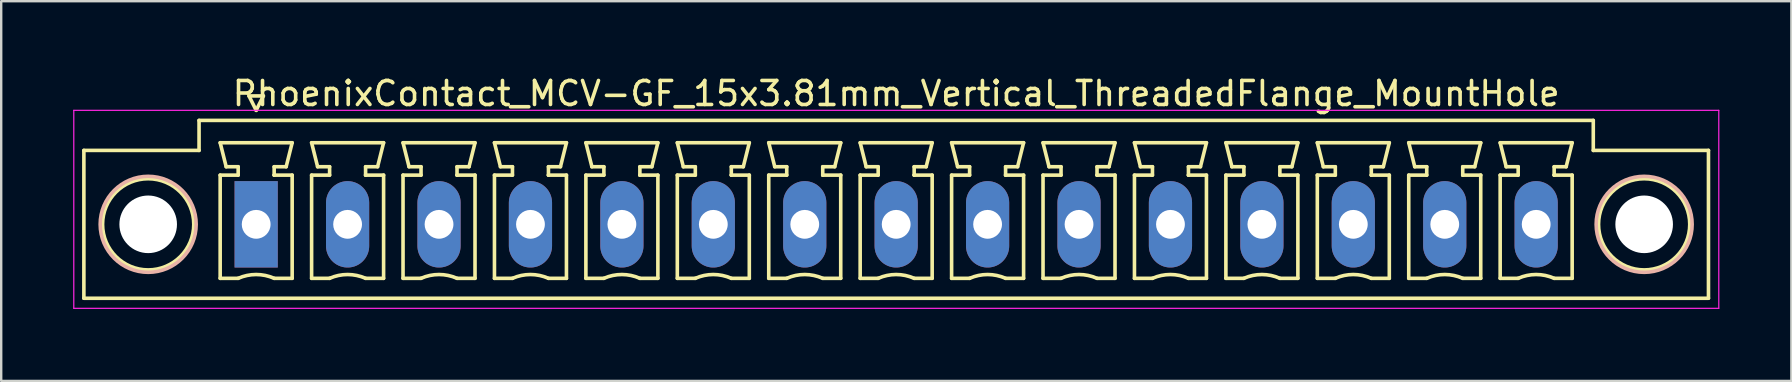
<source format=kicad_pcb>
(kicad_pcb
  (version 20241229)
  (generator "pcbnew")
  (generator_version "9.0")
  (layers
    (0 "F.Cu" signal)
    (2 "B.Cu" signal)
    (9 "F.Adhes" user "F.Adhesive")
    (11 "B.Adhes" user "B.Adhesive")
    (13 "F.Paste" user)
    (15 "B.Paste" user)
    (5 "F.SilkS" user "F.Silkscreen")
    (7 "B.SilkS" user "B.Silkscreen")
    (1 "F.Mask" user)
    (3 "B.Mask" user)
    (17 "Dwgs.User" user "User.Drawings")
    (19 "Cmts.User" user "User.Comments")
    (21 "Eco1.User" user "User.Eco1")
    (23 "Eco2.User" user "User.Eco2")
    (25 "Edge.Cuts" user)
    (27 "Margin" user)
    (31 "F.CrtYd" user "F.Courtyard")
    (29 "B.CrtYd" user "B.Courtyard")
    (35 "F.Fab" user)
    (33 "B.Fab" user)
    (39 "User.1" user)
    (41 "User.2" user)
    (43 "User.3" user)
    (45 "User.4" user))
  (footprint "PhoenixContact_MCV-GF_15x3.81mm_Vertical_ThreadedFlange_MountHole"
    (layer "F.Cu")
    (at 7.625 6.298)
    (property "Reference" "PhoenixContact_MCV-GF_15x3.81mm_Vertical_ThreadedFlange_MountHole" (at 26.67 -5.45 0) (layer "F.SilkS") (effects (font (size 1 1) (thickness 0.15))))
    (attr through_hole)
    (fp_line (start -7.18 -3.08) (end -7.18 3.08) (stroke (width 0.15) (type solid)) (layer "F.SilkS"))
    (fp_line (start -7.18 3.08) (end 60.52 3.08) (stroke (width 0.15) (type solid)) (layer "F.SilkS"))
    (fp_line (start -2.38 -4.33) (end -2.38 -3.08) (stroke (width 0.15) (type solid)) (layer "F.SilkS"))
    (fp_line (start -2.38 -3.08) (end -7.18 -3.08) (stroke (width 0.15) (type solid)) (layer "F.SilkS"))
    (fp_line (start -1.5 -3.4) (end 1.5 -3.4) (stroke (width 0.15) (type solid)) (layer "F.SilkS"))
    (fp_line (start -1.5 -2.05) (end -0.75 -2.05) (stroke (width 0.15) (type solid)) (layer "F.SilkS"))
    (fp_line (start -1.5 2.25) (end -1.5 -2.05) (stroke (width 0.15) (type solid)) (layer "F.SilkS"))
    (fp_line (start -1.25 -2.4) (end -1.5 -3.4) (stroke (width 0.15) (type solid)) (layer "F.SilkS"))
    (fp_line (start -0.75 -2.4) (end -1.25 -2.4) (stroke (width 0.15) (type solid)) (layer "F.SilkS"))
    (fp_line (start -0.75 -2.05) (end -0.75 -2.4) (stroke (width 0.15) (type solid)) (layer "F.SilkS"))
    (fp_line (start -0.75 2.25) (end -1.5 2.25) (stroke (width 0.15) (type solid)) (layer "F.SilkS"))
    (fp_line (start -0.3 -5.35) (end 0 -4.75) (stroke (width 0.15) (type solid)) (layer "F.SilkS"))
    (fp_line (start 0 -4.75) (end 0.3 -5.35) (stroke (width 0.15) (type solid)) (layer "F.SilkS"))
    (fp_line (start 0.3 -5.35) (end -0.3 -5.35) (stroke (width 0.15) (type solid)) (layer "F.SilkS"))
    (fp_line (start 0.75 -2.4) (end 0.75 -2.05) (stroke (width 0.15) (type solid)) (layer "F.SilkS"))
    (fp_line (start 0.75 -2.05) (end 0.75 -2.05) (stroke (width 0.15) (type solid)) (layer "F.SilkS"))
    (fp_line (start 0.75 -2.05) (end 1.5 -2.05) (stroke (width 0.15) (type solid)) (layer "F.SilkS"))
    (fp_line (start 1.25 -2.4) (end 0.75 -2.4) (stroke (width 0.15) (type solid)) (layer "F.SilkS"))
    (fp_line (start 1.5 -3.4) (end 1.25 -2.4) (stroke (width 0.15) (type solid)) (layer "F.SilkS"))
    (fp_line (start 1.5 -2.05) (end 1.5 2.25) (stroke (width 0.15) (type solid)) (layer "F.SilkS"))
    (fp_line (start 1.5 2.25) (end 0.75 2.25) (stroke (width 0.15) (type solid)) (layer "F.SilkS"))
    (fp_line (start 2.31 -3.4) (end 5.31 -3.4) (stroke (width 0.15) (type solid)) (layer "F.SilkS"))
    (fp_line (start 2.31 -2.05) (end 3.06 -2.05) (stroke (width 0.15) (type solid)) (layer "F.SilkS"))
    (fp_line (start 2.31 2.25) (end 2.31 -2.05) (stroke (width 0.15) (type solid)) (layer "F.SilkS"))
    (fp_line (start 2.56 -2.4) (end 2.31 -3.4) (stroke (width 0.15) (type solid)) (layer "F.SilkS"))
    (fp_line (start 3.06 -2.4) (end 2.56 -2.4) (stroke (width 0.15) (type solid)) (layer "F.SilkS"))
    (fp_line (start 3.06 -2.05) (end 3.06 -2.4) (stroke (width 0.15) (type solid)) (layer "F.SilkS"))
    (fp_line (start 3.06 2.25) (end 2.31 2.25) (stroke (width 0.15) (type solid)) (layer "F.SilkS"))
    (fp_line (start 4.56 -2.4) (end 4.56 -2.05) (stroke (width 0.15) (type solid)) (layer "F.SilkS"))
    (fp_line (start 4.56 -2.05) (end 4.56 -2.05) (stroke (width 0.15) (type solid)) (layer "F.SilkS"))
    (fp_line (start 4.56 -2.05) (end 5.31 -2.05) (stroke (width 0.15) (type solid)) (layer "F.SilkS"))
    (fp_line (start 5.06 -2.4) (end 4.56 -2.4) (stroke (width 0.15) (type solid)) (layer "F.SilkS"))
    (fp_line (start 5.31 -3.4) (end 5.06 -2.4) (stroke (width 0.15) (type solid)) (layer "F.SilkS"))
    (fp_line (start 5.31 -2.05) (end 5.31 2.25) (stroke (width 0.15) (type solid)) (layer "F.SilkS"))
    (fp_line (start 5.31 2.25) (end 4.56 2.25) (stroke (width 0.15) (type solid)) (layer "F.SilkS"))
    (fp_line (start 6.12 -3.4) (end 9.12 -3.4) (stroke (width 0.15) (type solid)) (layer "F.SilkS"))
    (fp_line (start 6.12 -2.05) (end 6.87 -2.05) (stroke (width 0.15) (type solid)) (layer "F.SilkS"))
    (fp_line (start 6.12 2.25) (end 6.12 -2.05) (stroke (width 0.15) (type solid)) (layer "F.SilkS"))
    (fp_line (start 6.37 -2.4) (end 6.12 -3.4) (stroke (width 0.15) (type solid)) (layer "F.SilkS"))
    (fp_line (start 6.87 -2.4) (end 6.37 -2.4) (stroke (width 0.15) (type solid)) (layer "F.SilkS"))
    (fp_line (start 6.87 -2.05) (end 6.87 -2.4) (stroke (width 0.15) (type solid)) (layer "F.SilkS"))
    (fp_line (start 6.87 2.25) (end 6.12 2.25) (stroke (width 0.15) (type solid)) (layer "F.SilkS"))
    (fp_line (start 8.37 -2.4) (end 8.37 -2.05) (stroke (width 0.15) (type solid)) (layer "F.SilkS"))
    (fp_line (start 8.37 -2.05) (end 8.37 -2.05) (stroke (width 0.15) (type solid)) (layer "F.SilkS"))
    (fp_line (start 8.37 -2.05) (end 9.12 -2.05) (stroke (width 0.15) (type solid)) (layer "F.SilkS"))
    (fp_line (start 8.87 -2.4) (end 8.37 -2.4) (stroke (width 0.15) (type solid)) (layer "F.SilkS"))
    (fp_line (start 9.12 -3.4) (end 8.87 -2.4) (stroke (width 0.15) (type solid)) (layer "F.SilkS"))
    (fp_line (start 9.12 -2.05) (end 9.12 2.25) (stroke (width 0.15) (type solid)) (layer "F.SilkS"))
    (fp_line (start 9.12 2.25) (end 8.37 2.25) (stroke (width 0.15) (type solid)) (layer "F.SilkS"))
    (fp_line (start 9.93 -3.4) (end 12.93 -3.4) (stroke (width 0.15) (type solid)) (layer "F.SilkS"))
    (fp_line (start 9.93 -2.05) (end 10.68 -2.05) (stroke (width 0.15) (type solid)) (layer "F.SilkS"))
    (fp_line (start 9.93 2.25) (end 9.93 -2.05) (stroke (width 0.15) (type solid)) (layer "F.SilkS"))
    (fp_line (start 10.18 -2.4) (end 9.93 -3.4) (stroke (width 0.15) (type solid)) (layer "F.SilkS"))
    (fp_line (start 10.68 -2.4) (end 10.18 -2.4) (stroke (width 0.15) (type solid)) (layer "F.SilkS"))
    (fp_line (start 10.68 -2.05) (end 10.68 -2.4) (stroke (width 0.15) (type solid)) (layer "F.SilkS"))
    (fp_line (start 10.68 2.25) (end 9.93 2.25) (stroke (width 0.15) (type solid)) (layer "F.SilkS"))
    (fp_line (start 12.18 -2.4) (end 12.18 -2.05) (stroke (width 0.15) (type solid)) (layer "F.SilkS"))
    (fp_line (start 12.18 -2.05) (end 12.18 -2.05) (stroke (width 0.15) (type solid)) (layer "F.SilkS"))
    (fp_line (start 12.18 -2.05) (end 12.93 -2.05) (stroke (width 0.15) (type solid)) (layer "F.SilkS"))
    (fp_line (start 12.68 -2.4) (end 12.18 -2.4) (stroke (width 0.15) (type solid)) (layer "F.SilkS"))
    (fp_line (start 12.93 -3.4) (end 12.68 -2.4) (stroke (width 0.15) (type solid)) (layer "F.SilkS"))
    (fp_line (start 12.93 -2.05) (end 12.93 2.25) (stroke (width 0.15) (type solid)) (layer "F.SilkS"))
    (fp_line (start 12.93 2.25) (end 12.18 2.25) (stroke (width 0.15) (type solid)) (layer "F.SilkS"))
    (fp_line (start 13.74 -3.4) (end 16.74 -3.4) (stroke (width 0.15) (type solid)) (layer "F.SilkS"))
    (fp_line (start 13.74 -2.05) (end 14.49 -2.05) (stroke (width 0.15) (type solid)) (layer "F.SilkS"))
    (fp_line (start 13.74 2.25) (end 13.74 -2.05) (stroke (width 0.15) (type solid)) (layer "F.SilkS"))
    (fp_line (start 13.99 -2.4) (end 13.74 -3.4) (stroke (width 0.15) (type solid)) (layer "F.SilkS"))
    (fp_line (start 14.49 -2.4) (end 13.99 -2.4) (stroke (width 0.15) (type solid)) (layer "F.SilkS"))
    (fp_line (start 14.49 -2.05) (end 14.49 -2.4) (stroke (width 0.15) (type solid)) (layer "F.SilkS"))
    (fp_line (start 14.49 2.25) (end 13.74 2.25) (stroke (width 0.15) (type solid)) (layer "F.SilkS"))
    (fp_line (start 15.99 -2.4) (end 15.99 -2.05) (stroke (width 0.15) (type solid)) (layer "F.SilkS"))
    (fp_line (start 15.99 -2.05) (end 15.99 -2.05) (stroke (width 0.15) (type solid)) (layer "F.SilkS"))
    (fp_line (start 15.99 -2.05) (end 16.74 -2.05) (stroke (width 0.15) (type solid)) (layer "F.SilkS"))
    (fp_line (start 16.49 -2.4) (end 15.99 -2.4) (stroke (width 0.15) (type solid)) (layer "F.SilkS"))
    (fp_line (start 16.74 -3.4) (end 16.49 -2.4) (stroke (width 0.15) (type solid)) (layer "F.SilkS"))
    (fp_line (start 16.74 -2.05) (end 16.74 2.25) (stroke (width 0.15) (type solid)) (layer "F.SilkS"))
    (fp_line (start 16.74 2.25) (end 15.99 2.25) (stroke (width 0.15) (type solid)) (layer "F.SilkS"))
    (fp_line (start 17.55 -3.4) (end 20.55 -3.4) (stroke (width 0.15) (type solid)) (layer "F.SilkS"))
    (fp_line (start 17.55 -2.05) (end 18.3 -2.05) (stroke (width 0.15) (type solid)) (layer "F.SilkS"))
    (fp_line (start 17.55 2.25) (end 17.55 -2.05) (stroke (width 0.15) (type solid)) (layer "F.SilkS"))
    (fp_line (start 17.8 -2.4) (end 17.55 -3.4) (stroke (width 0.15) (type solid)) (layer "F.SilkS"))
    (fp_line (start 18.3 -2.4) (end 17.8 -2.4) (stroke (width 0.15) (type solid)) (layer "F.SilkS"))
    (fp_line (start 18.3 -2.05) (end 18.3 -2.4) (stroke (width 0.15) (type solid)) (layer "F.SilkS"))
    (fp_line (start 18.3 2.25) (end 17.55 2.25) (stroke (width 0.15) (type solid)) (layer "F.SilkS"))
    (fp_line (start 19.8 -2.4) (end 19.8 -2.05) (stroke (width 0.15) (type solid)) (layer "F.SilkS"))
    (fp_line (start 19.8 -2.05) (end 19.8 -2.05) (stroke (width 0.15) (type solid)) (layer "F.SilkS"))
    (fp_line (start 19.8 -2.05) (end 20.55 -2.05) (stroke (width 0.15) (type solid)) (layer "F.SilkS"))
    (fp_line (start 20.3 -2.4) (end 19.8 -2.4) (stroke (width 0.15) (type solid)) (layer "F.SilkS"))
    (fp_line (start 20.55 -3.4) (end 20.3 -2.4) (stroke (width 0.15) (type solid)) (layer "F.SilkS"))
    (fp_line (start 20.55 -2.05) (end 20.55 2.25) (stroke (width 0.15) (type solid)) (layer "F.SilkS"))
    (fp_line (start 20.55 2.25) (end 19.8 2.25) (stroke (width 0.15) (type solid)) (layer "F.SilkS"))
    (fp_line (start 21.36 -3.4) (end 24.36 -3.4) (stroke (width 0.15) (type solid)) (layer "F.SilkS"))
    (fp_line (start 21.36 -2.05) (end 22.11 -2.05) (stroke (width 0.15) (type solid)) (layer "F.SilkS"))
    (fp_line (start 21.36 2.25) (end 21.36 -2.05) (stroke (width 0.15) (type solid)) (layer "F.SilkS"))
    (fp_line (start 21.61 -2.4) (end 21.36 -3.4) (stroke (width 0.15) (type solid)) (layer "F.SilkS"))
    (fp_line (start 22.11 -2.4) (end 21.61 -2.4) (stroke (width 0.15) (type solid)) (layer "F.SilkS"))
    (fp_line (start 22.11 -2.05) (end 22.11 -2.4) (stroke (width 0.15) (type solid)) (layer "F.SilkS"))
    (fp_line (start 22.11 2.25) (end 21.36 2.25) (stroke (width 0.15) (type solid)) (layer "F.SilkS"))
    (fp_line (start 23.61 -2.4) (end 23.61 -2.05) (stroke (width 0.15) (type solid)) (layer "F.SilkS"))
    (fp_line (start 23.61 -2.05) (end 23.61 -2.05) (stroke (width 0.15) (type solid)) (layer "F.SilkS"))
    (fp_line (start 23.61 -2.05) (end 24.36 -2.05) (stroke (width 0.15) (type solid)) (layer "F.SilkS"))
    (fp_line (start 24.11 -2.4) (end 23.61 -2.4) (stroke (width 0.15) (type solid)) (layer "F.SilkS"))
    (fp_line (start 24.36 -3.4) (end 24.11 -2.4) (stroke (width 0.15) (type solid)) (layer "F.SilkS"))
    (fp_line (start 24.36 -2.05) (end 24.36 2.25) (stroke (width 0.15) (type solid)) (layer "F.SilkS"))
    (fp_line (start 24.36 2.25) (end 23.61 2.25) (stroke (width 0.15) (type solid)) (layer "F.SilkS"))
    (fp_line (start 25.17 -3.4) (end 28.17 -3.4) (stroke (width 0.15) (type solid)) (layer "F.SilkS"))
    (fp_line (start 25.17 -2.05) (end 25.92 -2.05) (stroke (width 0.15) (type solid)) (layer "F.SilkS"))
    (fp_line (start 25.17 2.25) (end 25.17 -2.05) (stroke (width 0.15) (type solid)) (layer "F.SilkS"))
    (fp_line (start 25.42 -2.4) (end 25.17 -3.4) (stroke (width 0.15) (type solid)) (layer "F.SilkS"))
    (fp_line (start 25.92 -2.4) (end 25.42 -2.4) (stroke (width 0.15) (type solid)) (layer "F.SilkS"))
    (fp_line (start 25.92 -2.05) (end 25.92 -2.4) (stroke (width 0.15) (type solid)) (layer "F.SilkS"))
    (fp_line (start 25.92 2.25) (end 25.17 2.25) (stroke (width 0.15) (type solid)) (layer "F.SilkS"))
    (fp_line (start 27.42 -2.4) (end 27.42 -2.05) (stroke (width 0.15) (type solid)) (layer "F.SilkS"))
    (fp_line (start 27.42 -2.05) (end 27.42 -2.05) (stroke (width 0.15) (type solid)) (layer "F.SilkS"))
    (fp_line (start 27.42 -2.05) (end 28.17 -2.05) (stroke (width 0.15) (type solid)) (layer "F.SilkS"))
    (fp_line (start 27.92 -2.4) (end 27.42 -2.4) (stroke (width 0.15) (type solid)) (layer "F.SilkS"))
    (fp_line (start 28.17 -3.4) (end 27.92 -2.4) (stroke (width 0.15) (type solid)) (layer "F.SilkS"))
    (fp_line (start 28.17 -2.05) (end 28.17 2.25) (stroke (width 0.15) (type solid)) (layer "F.SilkS"))
    (fp_line (start 28.17 2.25) (end 27.42 2.25) (stroke (width 0.15) (type solid)) (layer "F.SilkS"))
    (fp_line (start 28.98 -3.4) (end 31.98 -3.4) (stroke (width 0.15) (type solid)) (layer "F.SilkS"))
    (fp_line (start 28.98 -2.05) (end 29.73 -2.05) (stroke (width 0.15) (type solid)) (layer "F.SilkS"))
    (fp_line (start 28.98 2.25) (end 28.98 -2.05) (stroke (width 0.15) (type solid)) (layer "F.SilkS"))
    (fp_line (start 29.23 -2.4) (end 28.98 -3.4) (stroke (width 0.15) (type solid)) (layer "F.SilkS"))
    (fp_line (start 29.73 -2.4) (end 29.23 -2.4) (stroke (width 0.15) (type solid)) (layer "F.SilkS"))
    (fp_line (start 29.73 -2.05) (end 29.73 -2.4) (stroke (width 0.15) (type solid)) (layer "F.SilkS"))
    (fp_line (start 29.73 2.25) (end 28.98 2.25) (stroke (width 0.15) (type solid)) (layer "F.SilkS"))
    (fp_line (start 31.23 -2.4) (end 31.23 -2.05) (stroke (width 0.15) (type solid)) (layer "F.SilkS"))
    (fp_line (start 31.23 -2.05) (end 31.23 -2.05) (stroke (width 0.15) (type solid)) (layer "F.SilkS"))
    (fp_line (start 31.23 -2.05) (end 31.98 -2.05) (stroke (width 0.15) (type solid)) (layer "F.SilkS"))
    (fp_line (start 31.73 -2.4) (end 31.23 -2.4) (stroke (width 0.15) (type solid)) (layer "F.SilkS"))
    (fp_line (start 31.98 -3.4) (end 31.73 -2.4) (stroke (width 0.15) (type solid)) (layer "F.SilkS"))
    (fp_line (start 31.98 -2.05) (end 31.98 2.25) (stroke (width 0.15) (type solid)) (layer "F.SilkS"))
    (fp_line (start 31.98 2.25) (end 31.23 2.25) (stroke (width 0.15) (type solid)) (layer "F.SilkS"))
    (fp_line (start 32.79 -3.4) (end 35.79 -3.4) (stroke (width 0.15) (type solid)) (layer "F.SilkS"))
    (fp_line (start 32.79 -2.05) (end 33.54 -2.05) (stroke (width 0.15) (type solid)) (layer "F.SilkS"))
    (fp_line (start 32.79 2.25) (end 32.79 -2.05) (stroke (width 0.15) (type solid)) (layer "F.SilkS"))
    (fp_line (start 33.04 -2.4) (end 32.79 -3.4) (stroke (width 0.15) (type solid)) (layer "F.SilkS"))
    (fp_line (start 33.54 -2.4) (end 33.04 -2.4) (stroke (width 0.15) (type solid)) (layer "F.SilkS"))
    (fp_line (start 33.54 -2.05) (end 33.54 -2.4) (stroke (width 0.15) (type solid)) (layer "F.SilkS"))
    (fp_line (start 33.54 2.25) (end 32.79 2.25) (stroke (width 0.15) (type solid)) (layer "F.SilkS"))
    (fp_line (start 35.04 -2.4) (end 35.04 -2.05) (stroke (width 0.15) (type solid)) (layer "F.SilkS"))
    (fp_line (start 35.04 -2.05) (end 35.04 -2.05) (stroke (width 0.15) (type solid)) (layer "F.SilkS"))
    (fp_line (start 35.04 -2.05) (end 35.79 -2.05) (stroke (width 0.15) (type solid)) (layer "F.SilkS"))
    (fp_line (start 35.54 -2.4) (end 35.04 -2.4) (stroke (width 0.15) (type solid)) (layer "F.SilkS"))
    (fp_line (start 35.79 -3.4) (end 35.54 -2.4) (stroke (width 0.15) (type solid)) (layer "F.SilkS"))
    (fp_line (start 35.79 -2.05) (end 35.79 2.25) (stroke (width 0.15) (type solid)) (layer "F.SilkS"))
    (fp_line (start 35.79 2.25) (end 35.04 2.25) (stroke (width 0.15) (type solid)) (layer "F.SilkS"))
    (fp_line (start 36.6 -3.4) (end 39.6 -3.4) (stroke (width 0.15) (type solid)) (layer "F.SilkS"))
    (fp_line (start 36.6 -2.05) (end 37.35 -2.05) (stroke (width 0.15) (type solid)) (layer "F.SilkS"))
    (fp_line (start 36.6 2.25) (end 36.6 -2.05) (stroke (width 0.15) (type solid)) (layer "F.SilkS"))
    (fp_line (start 36.85 -2.4) (end 36.6 -3.4) (stroke (width 0.15) (type solid)) (layer "F.SilkS"))
    (fp_line (start 37.35 -2.4) (end 36.85 -2.4) (stroke (width 0.15) (type solid)) (layer "F.SilkS"))
    (fp_line (start 37.35 -2.05) (end 37.35 -2.4) (stroke (width 0.15) (type solid)) (layer "F.SilkS"))
    (fp_line (start 37.35 2.25) (end 36.6 2.25) (stroke (width 0.15) (type solid)) (layer "F.SilkS"))
    (fp_line (start 38.85 -2.4) (end 38.85 -2.05) (stroke (width 0.15) (type solid)) (layer "F.SilkS"))
    (fp_line (start 38.85 -2.05) (end 38.85 -2.05) (stroke (width 0.15) (type solid)) (layer "F.SilkS"))
    (fp_line (start 38.85 -2.05) (end 39.6 -2.05) (stroke (width 0.15) (type solid)) (layer "F.SilkS"))
    (fp_line (start 39.35 -2.4) (end 38.85 -2.4) (stroke (width 0.15) (type solid)) (layer "F.SilkS"))
    (fp_line (start 39.6 -3.4) (end 39.35 -2.4) (stroke (width 0.15) (type solid)) (layer "F.SilkS"))
    (fp_line (start 39.6 -2.05) (end 39.6 2.25) (stroke (width 0.15) (type solid)) (layer "F.SilkS"))
    (fp_line (start 39.6 2.25) (end 38.85 2.25) (stroke (width 0.15) (type solid)) (layer "F.SilkS"))
    (fp_line (start 40.41 -3.4) (end 43.41 -3.4) (stroke (width 0.15) (type solid)) (layer "F.SilkS"))
    (fp_line (start 40.41 -2.05) (end 41.16 -2.05) (stroke (width 0.15) (type solid)) (layer "F.SilkS"))
    (fp_line (start 40.41 2.25) (end 40.41 -2.05) (stroke (width 0.15) (type solid)) (layer "F.SilkS"))
    (fp_line (start 40.66 -2.4) (end 40.41 -3.4) (stroke (width 0.15) (type solid)) (layer "F.SilkS"))
    (fp_line (start 41.16 -2.4) (end 40.66 -2.4) (stroke (width 0.15) (type solid)) (layer "F.SilkS"))
    (fp_line (start 41.16 -2.05) (end 41.16 -2.4) (stroke (width 0.15) (type solid)) (layer "F.SilkS"))
    (fp_line (start 41.16 2.25) (end 40.41 2.25) (stroke (width 0.15) (type solid)) (layer "F.SilkS"))
    (fp_line (start 42.66 -2.4) (end 42.66 -2.05) (stroke (width 0.15) (type solid)) (layer "F.SilkS"))
    (fp_line (start 42.66 -2.05) (end 42.66 -2.05) (stroke (width 0.15) (type solid)) (layer "F.SilkS"))
    (fp_line (start 42.66 -2.05) (end 43.41 -2.05) (stroke (width 0.15) (type solid)) (layer "F.SilkS"))
    (fp_line (start 43.16 -2.4) (end 42.66 -2.4) (stroke (width 0.15) (type solid)) (layer "F.SilkS"))
    (fp_line (start 43.41 -3.4) (end 43.16 -2.4) (stroke (width 0.15) (type solid)) (layer "F.SilkS"))
    (fp_line (start 43.41 -2.05) (end 43.41 2.25) (stroke (width 0.15) (type solid)) (layer "F.SilkS"))
    (fp_line (start 43.41 2.25) (end 42.66 2.25) (stroke (width 0.15) (type solid)) (layer "F.SilkS"))
    (fp_line (start 44.22 -3.4) (end 47.22 -3.4) (stroke (width 0.15) (type solid)) (layer "F.SilkS"))
    (fp_line (start 44.22 -2.05) (end 44.97 -2.05) (stroke (width 0.15) (type solid)) (layer "F.SilkS"))
    (fp_line (start 44.22 2.25) (end 44.22 -2.05) (stroke (width 0.15) (type solid)) (layer "F.SilkS"))
    (fp_line (start 44.47 -2.4) (end 44.22 -3.4) (stroke (width 0.15) (type solid)) (layer "F.SilkS"))
    (fp_line (start 44.97 -2.4) (end 44.47 -2.4) (stroke (width 0.15) (type solid)) (layer "F.SilkS"))
    (fp_line (start 44.97 -2.05) (end 44.97 -2.4) (stroke (width 0.15) (type solid)) (layer "F.SilkS"))
    (fp_line (start 44.97 2.25) (end 44.22 2.25) (stroke (width 0.15) (type solid)) (layer "F.SilkS"))
    (fp_line (start 46.47 -2.4) (end 46.47 -2.05) (stroke (width 0.15) (type solid)) (layer "F.SilkS"))
    (fp_line (start 46.47 -2.05) (end 46.47 -2.05) (stroke (width 0.15) (type solid)) (layer "F.SilkS"))
    (fp_line (start 46.47 -2.05) (end 47.22 -2.05) (stroke (width 0.15) (type solid)) (layer "F.SilkS"))
    (fp_line (start 46.97 -2.4) (end 46.47 -2.4) (stroke (width 0.15) (type solid)) (layer "F.SilkS"))
    (fp_line (start 47.22 -3.4) (end 46.97 -2.4) (stroke (width 0.15) (type solid)) (layer "F.SilkS"))
    (fp_line (start 47.22 -2.05) (end 47.22 2.25) (stroke (width 0.15) (type solid)) (layer "F.SilkS"))
    (fp_line (start 47.22 2.25) (end 46.47 2.25) (stroke (width 0.15) (type solid)) (layer "F.SilkS"))
    (fp_line (start 48.03 -3.4) (end 51.03 -3.4) (stroke (width 0.15) (type solid)) (layer "F.SilkS"))
    (fp_line (start 48.03 -2.05) (end 48.78 -2.05) (stroke (width 0.15) (type solid)) (layer "F.SilkS"))
    (fp_line (start 48.03 2.25) (end 48.03 -2.05) (stroke (width 0.15) (type solid)) (layer "F.SilkS"))
    (fp_line (start 48.28 -2.4) (end 48.03 -3.4) (stroke (width 0.15) (type solid)) (layer "F.SilkS"))
    (fp_line (start 48.78 -2.4) (end 48.28 -2.4) (stroke (width 0.15) (type solid)) (layer "F.SilkS"))
    (fp_line (start 48.78 -2.05) (end 48.78 -2.4) (stroke (width 0.15) (type solid)) (layer "F.SilkS"))
    (fp_line (start 48.78 2.25) (end 48.03 2.25) (stroke (width 0.15) (type solid)) (layer "F.SilkS"))
    (fp_line (start 50.28 -2.4) (end 50.28 -2.05) (stroke (width 0.15) (type solid)) (layer "F.SilkS"))
    (fp_line (start 50.28 -2.05) (end 50.28 -2.05) (stroke (width 0.15) (type solid)) (layer "F.SilkS"))
    (fp_line (start 50.28 -2.05) (end 51.03 -2.05) (stroke (width 0.15) (type solid)) (layer "F.SilkS"))
    (fp_line (start 50.78 -2.4) (end 50.28 -2.4) (stroke (width 0.15) (type solid)) (layer "F.SilkS"))
    (fp_line (start 51.03 -3.4) (end 50.78 -2.4) (stroke (width 0.15) (type solid)) (layer "F.SilkS"))
    (fp_line (start 51.03 -2.05) (end 51.03 2.25) (stroke (width 0.15) (type solid)) (layer "F.SilkS"))
    (fp_line (start 51.03 2.25) (end 50.28 2.25) (stroke (width 0.15) (type solid)) (layer "F.SilkS"))
    (fp_line (start 51.84 -3.4) (end 54.84 -3.4) (stroke (width 0.15) (type solid)) (layer "F.SilkS"))
    (fp_line (start 51.84 -2.05) (end 52.59 -2.05) (stroke (width 0.15) (type solid)) (layer "F.SilkS"))
    (fp_line (start 51.84 2.25) (end 51.84 -2.05) (stroke (width 0.15) (type solid)) (layer "F.SilkS"))
    (fp_line (start 52.09 -2.4) (end 51.84 -3.4) (stroke (width 0.15) (type solid)) (layer "F.SilkS"))
    (fp_line (start 52.59 -2.4) (end 52.09 -2.4) (stroke (width 0.15) (type solid)) (layer "F.SilkS"))
    (fp_line (start 52.59 -2.05) (end 52.59 -2.4) (stroke (width 0.15) (type solid)) (layer "F.SilkS"))
    (fp_line (start 52.59 2.25) (end 51.84 2.25) (stroke (width 0.15) (type solid)) (layer "F.SilkS"))
    (fp_line (start 54.09 -2.4) (end 54.09 -2.05) (stroke (width 0.15) (type solid)) (layer "F.SilkS"))
    (fp_line (start 54.09 -2.05) (end 54.09 -2.05) (stroke (width 0.15) (type solid)) (layer "F.SilkS"))
    (fp_line (start 54.09 -2.05) (end 54.84 -2.05) (stroke (width 0.15) (type solid)) (layer "F.SilkS"))
    (fp_line (start 54.59 -2.4) (end 54.09 -2.4) (stroke (width 0.15) (type solid)) (layer "F.SilkS"))
    (fp_line (start 54.84 -3.4) (end 54.59 -2.4) (stroke (width 0.15) (type solid)) (layer "F.SilkS"))
    (fp_line (start 54.84 -2.05) (end 54.84 2.25) (stroke (width 0.15) (type solid)) (layer "F.SilkS"))
    (fp_line (start 54.84 2.25) (end 54.09 2.25) (stroke (width 0.15) (type solid)) (layer "F.SilkS"))
    (fp_line (start 55.72 -4.33) (end -2.38 -4.33) (stroke (width 0.15) (type solid)) (layer "F.SilkS"))
    (fp_line (start 55.72 -3.08) (end 55.72 -4.33) (stroke (width 0.15) (type solid)) (layer "F.SilkS"))
    (fp_line (start 60.52 -3.08) (end 55.72 -3.08) (stroke (width 0.15) (type solid)) (layer "F.SilkS"))
    (fp_line (start 60.52 3.08) (end 60.52 -3.08) (stroke (width 0.15) (type solid)) (layer "F.SilkS"))
    (fp_arc (start -0.75 2.25) (mid -0.000193 2.09191) (end 0.749647 2.249844) (stroke (width 0.15) (type solid)) (layer "F.SilkS"))
    (fp_arc (start 3.06 2.25) (mid 3.809807 2.09191) (end 4.559647 2.249844) (stroke (width 0.15) (type solid)) (layer "F.SilkS"))
    (fp_arc (start 6.87 2.25) (mid 7.619807 2.09191) (end 8.369647 2.249844) (stroke (width 0.15) (type solid)) (layer "F.SilkS"))
    (fp_arc (start 10.68 2.25) (mid 11.429807 2.09191) (end 12.179647 2.249844) (stroke (width 0.15) (type solid)) (layer "F.SilkS"))
    (fp_arc (start 14.49 2.25) (mid 15.239807 2.09191) (end 15.989647 2.249844) (stroke (width 0.15) (type solid)) (layer "F.SilkS"))
    (fp_arc (start 18.3 2.25) (mid 19.049807 2.09191) (end 19.799647 2.249844) (stroke (width 0.15) (type solid)) (layer "F.SilkS"))
    (fp_arc (start 22.11 2.25) (mid 22.859807 2.09191) (end 23.609647 2.249844) (stroke (width 0.15) (type solid)) (layer "F.SilkS"))
    (fp_arc (start 25.92 2.25) (mid 26.669807 2.09191) (end 27.419647 2.249844) (stroke (width 0.15) (type solid)) (layer "F.SilkS"))
    (fp_arc (start 29.73 2.25) (mid 30.479807 2.09191) (end 31.229647 2.249844) (stroke (width 0.15) (type solid)) (layer "F.SilkS"))
    (fp_arc (start 33.54 2.25) (mid 34.289807 2.09191) (end 35.039647 2.249844) (stroke (width 0.15) (type solid)) (layer "F.SilkS"))
    (fp_arc (start 37.35 2.25) (mid 38.099807 2.09191) (end 38.849647 2.249844) (stroke (width 0.15) (type solid)) (layer "F.SilkS"))
    (fp_arc (start 41.16 2.25) (mid 41.909807 2.09191) (end 42.659647 2.249844) (stroke (width 0.15) (type solid)) (layer "F.SilkS"))
    (fp_arc (start 44.97 2.25) (mid 45.719807 2.09191) (end 46.469647 2.249844) (stroke (width 0.15) (type solid)) (layer "F.SilkS"))
    (fp_arc (start 48.78 2.25) (mid 49.529807 2.09191) (end 50.279647 2.249844) (stroke (width 0.15) (type solid)) (layer "F.SilkS"))
    (fp_arc (start 52.59 2.25) (mid 53.339807 2.09191) (end 54.089647 2.249844) (stroke (width 0.15) (type solid)) (layer "F.SilkS"))
    (fp_circle (center -4.5 0) (end -2.6 0) (stroke (width 0.15) (type solid)) (fill no) (layer "F.SilkS"))
    (fp_circle (center 57.84 0) (end 59.74 0) (stroke (width 0.15) (type solid)) (fill no) (layer "F.SilkS"))
    (fp_circle (center -4.5 0) (end -2.5 0) (stroke (width 0.15) (type solid)) (fill no) (layer "B.SilkS"))
    (fp_circle (center 57.84 0) (end 59.84 0) (stroke (width 0.15) (type solid)) (fill no) (layer "B.SilkS"))
    (fp_line (start -7.6 -4.75) (end -7.6 3.5) (stroke (width 0.05) (type solid)) (layer "F.CrtYd"))
    (fp_line (start -7.6 3.5) (end 60.95 3.5) (stroke (width 0.05) (type solid)) (layer "F.CrtYd"))
    (fp_line (start 60.95 -4.75) (end -7.6 -4.75) (stroke (width 0.05) (type solid)) (layer "F.CrtYd"))
    (fp_line (start 60.95 3.5) (end 60.95 -4.75) (stroke (width 0.05) (type solid)) (layer "F.CrtYd"))
    (pad "" np_thru_hole circle (at -4.5 0) (size 2.4 2.4) (drill 2.4) (layers "*.Cu" "*.Mask"))
    (pad "" np_thru_hole circle (at 57.84 0) (size 2.4 2.4) (drill 2.4) (layers "*.Cu" "*.Mask"))
    (pad "1" thru_hole rect (at 0 0) (size 1.8 3.6) (drill 1.2) (layers "*.Cu" "*.Mask"))
    (pad "2" thru_hole oval (at 3.81 0) (size 1.8 3.6) (drill 1.2) (layers "*.Cu" "*.Mask"))
    (pad "3" thru_hole oval (at 7.62 0) (size 1.8 3.6) (drill 1.2) (layers "*.Cu" "*.Mask"))
    (pad "4" thru_hole oval (at 11.43 0) (size 1.8 3.6) (drill 1.2) (layers "*.Cu" "*.Mask"))
    (pad "5" thru_hole oval (at 15.24 0) (size 1.8 3.6) (drill 1.2) (layers "*.Cu" "*.Mask"))
    (pad "6" thru_hole oval (at 19.05 0) (size 1.8 3.6) (drill 1.2) (layers "*.Cu" "*.Mask"))
    (pad "7" thru_hole oval (at 22.86 0) (size 1.8 3.6) (drill 1.2) (layers "*.Cu" "*.Mask"))
    (pad "8" thru_hole oval (at 26.67 0) (size 1.8 3.6) (drill 1.2) (layers "*.Cu" "*.Mask"))
    (pad "9" thru_hole oval (at 30.48 0) (size 1.8 3.6) (drill 1.2) (layers "*.Cu" "*.Mask"))
    (pad "10" thru_hole oval (at 34.29 0) (size 1.8 3.6) (drill 1.2) (layers "*.Cu" "*.Mask"))
    (pad "11" thru_hole oval (at 38.1 0) (size 1.8 3.6) (drill 1.2) (layers "*.Cu" "*.Mask"))
    (pad "12" thru_hole oval (at 41.91 0) (size 1.8 3.6) (drill 1.2) (layers "*.Cu" "*.Mask"))
    (pad "13" thru_hole oval (at 45.72 0) (size 1.8 3.6) (drill 1.2) (layers "*.Cu" "*.Mask"))
    (pad "14" thru_hole oval (at 49.53 0) (size 1.8 3.6) (drill 1.2) (layers "*.Cu" "*.Mask"))
    (pad "15" thru_hole oval (at 53.34 0) (size 1.8 3.6) (drill 1.2) (layers "*.Cu" "*.Mask")))
  (gr_rect
    (start -3 -3)
    (end 71.6 12.823)
    (stroke (width 0.1) (type default))
    (fill no)
    (layer "Edge.Cuts")))
</source>
